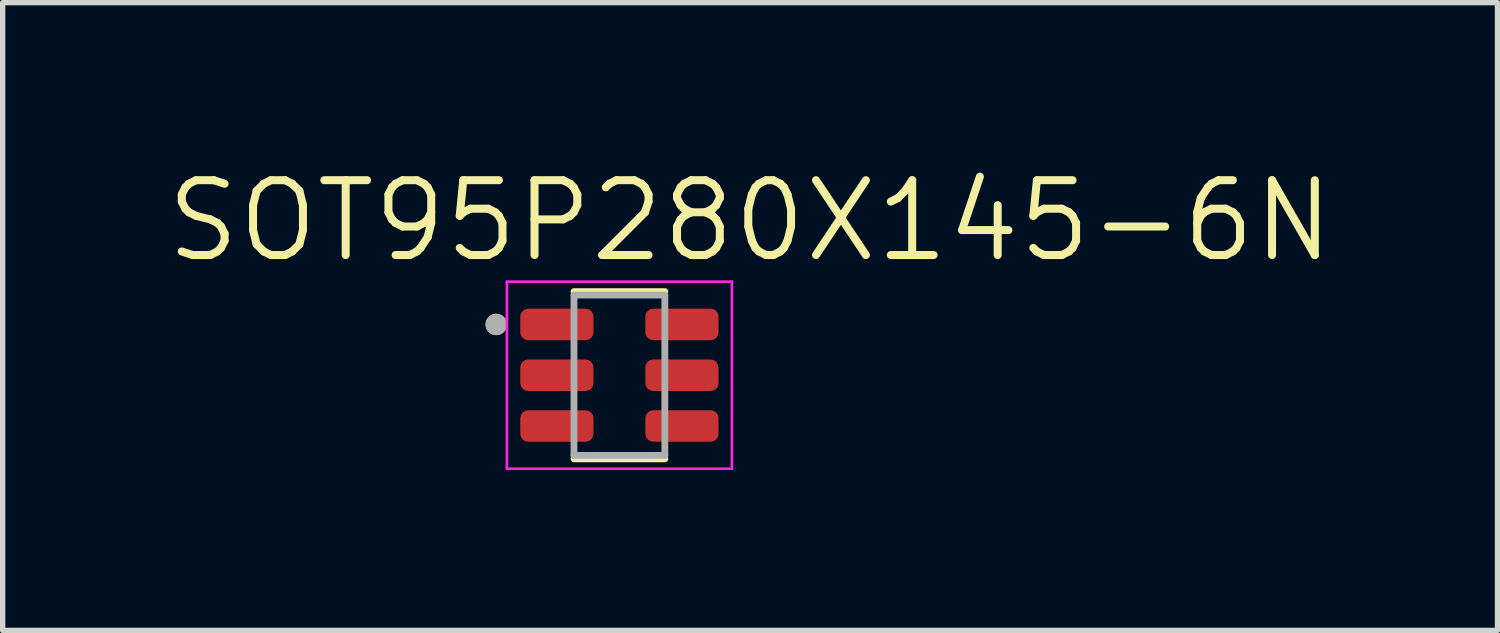
<source format=kicad_pcb>
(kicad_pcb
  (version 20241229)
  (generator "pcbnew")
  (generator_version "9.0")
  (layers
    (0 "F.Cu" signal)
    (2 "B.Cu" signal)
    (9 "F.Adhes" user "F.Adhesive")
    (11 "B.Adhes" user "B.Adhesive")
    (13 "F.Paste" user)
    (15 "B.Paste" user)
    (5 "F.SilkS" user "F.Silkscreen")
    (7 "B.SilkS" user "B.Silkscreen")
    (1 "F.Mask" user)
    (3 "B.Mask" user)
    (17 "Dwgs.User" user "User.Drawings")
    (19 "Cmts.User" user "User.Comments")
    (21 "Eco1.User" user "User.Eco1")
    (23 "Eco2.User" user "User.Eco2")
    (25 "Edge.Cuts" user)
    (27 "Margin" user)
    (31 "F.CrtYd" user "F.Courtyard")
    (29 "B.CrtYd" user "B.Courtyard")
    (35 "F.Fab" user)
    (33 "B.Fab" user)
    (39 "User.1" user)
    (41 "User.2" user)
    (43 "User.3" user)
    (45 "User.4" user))
  (footprint "SOT95P280X145-6N"
    (layer "F.Cu")
    (at 8.54 3.971)
    (property "Reference" "SOT95P280X145-6N" (at 2.445 -2.889 0) (layer "F.SilkS") (effects (font (size 1.4 1.4) (thickness 0.15))))
    (attr smd)
    (fp_line (start -0.85 -1.565) (end 0.85 -1.565) (stroke (width 0.127) (type solid)) (layer "F.SilkS"))
    (fp_line (start 0.85 1.565) (end -0.85 1.565) (stroke (width 0.127) (type solid)) (layer "F.SilkS"))
    (fp_circle (center -2.305 -0.95) (end -2.205 -0.95) (stroke (width 0.2) (type solid)) (fill no) (layer "F.SilkS"))
    (fp_line (start -2.105 -1.75) (end 2.105 -1.75) (stroke (width 0.05) (type solid)) (layer "F.CrtYd"))
    (fp_line (start -2.105 1.75) (end -2.105 -1.75) (stroke (width 0.05) (type solid)) (layer "F.CrtYd"))
    (fp_line (start 2.105 -1.75) (end 2.105 1.75) (stroke (width 0.05) (type solid)) (layer "F.CrtYd"))
    (fp_line (start 2.105 1.75) (end -2.105 1.75) (stroke (width 0.05) (type solid)) (layer "F.CrtYd"))
    (fp_line (start -0.85 -1.5) (end 0.85 -1.5) (stroke (width 0.127) (type solid)) (layer "F.Fab"))
    (fp_line (start -0.85 1.5) (end -0.85 -1.5) (stroke (width 0.127) (type solid)) (layer "F.Fab"))
    (fp_line (start 0.85 -1.5) (end 0.85 1.5) (stroke (width 0.127) (type solid)) (layer "F.Fab"))
    (fp_line (start 0.85 1.5) (end -0.85 1.5) (stroke (width 0.127) (type solid)) (layer "F.Fab"))
    (fp_circle (center -2.305 -0.95) (end -2.205 -0.95) (stroke (width 0.2) (type solid)) (fill no) (layer "F.Fab"))
    (pad "1" smd roundrect (at -1.17 -0.95) (size 1.37 0.59) (layers "F.Cu" "F.Mask" "F.Paste") (roundrect_rratio 0.25))
    (pad "2" smd roundrect (at -1.17 0) (size 1.37 0.59) (layers "F.Cu" "F.Mask" "F.Paste") (roundrect_rratio 0.25))
    (pad "3" smd roundrect (at -1.17 0.95) (size 1.37 0.59) (layers "F.Cu" "F.Mask" "F.Paste") (roundrect_rratio 0.25))
    (pad "4" smd roundrect (at 1.17 0.95) (size 1.37 0.59) (layers "F.Cu" "F.Mask" "F.Paste") (roundrect_rratio 0.25))
    (pad "5" smd roundrect (at 1.17 0) (size 1.37 0.59) (layers "F.Cu" "F.Mask" "F.Paste") (roundrect_rratio 0.25))
    (pad "6" smd roundrect (at 1.17 -0.95) (size 1.37 0.59) (layers "F.Cu" "F.Mask" "F.Paste") (roundrect_rratio 0.25)))
  (gr_rect
    (start -3 -3)
    (end 24.97 8.746)
    (stroke (width 0.1) (type default))
    (fill no)
    (layer "Edge.Cuts")))
</source>
